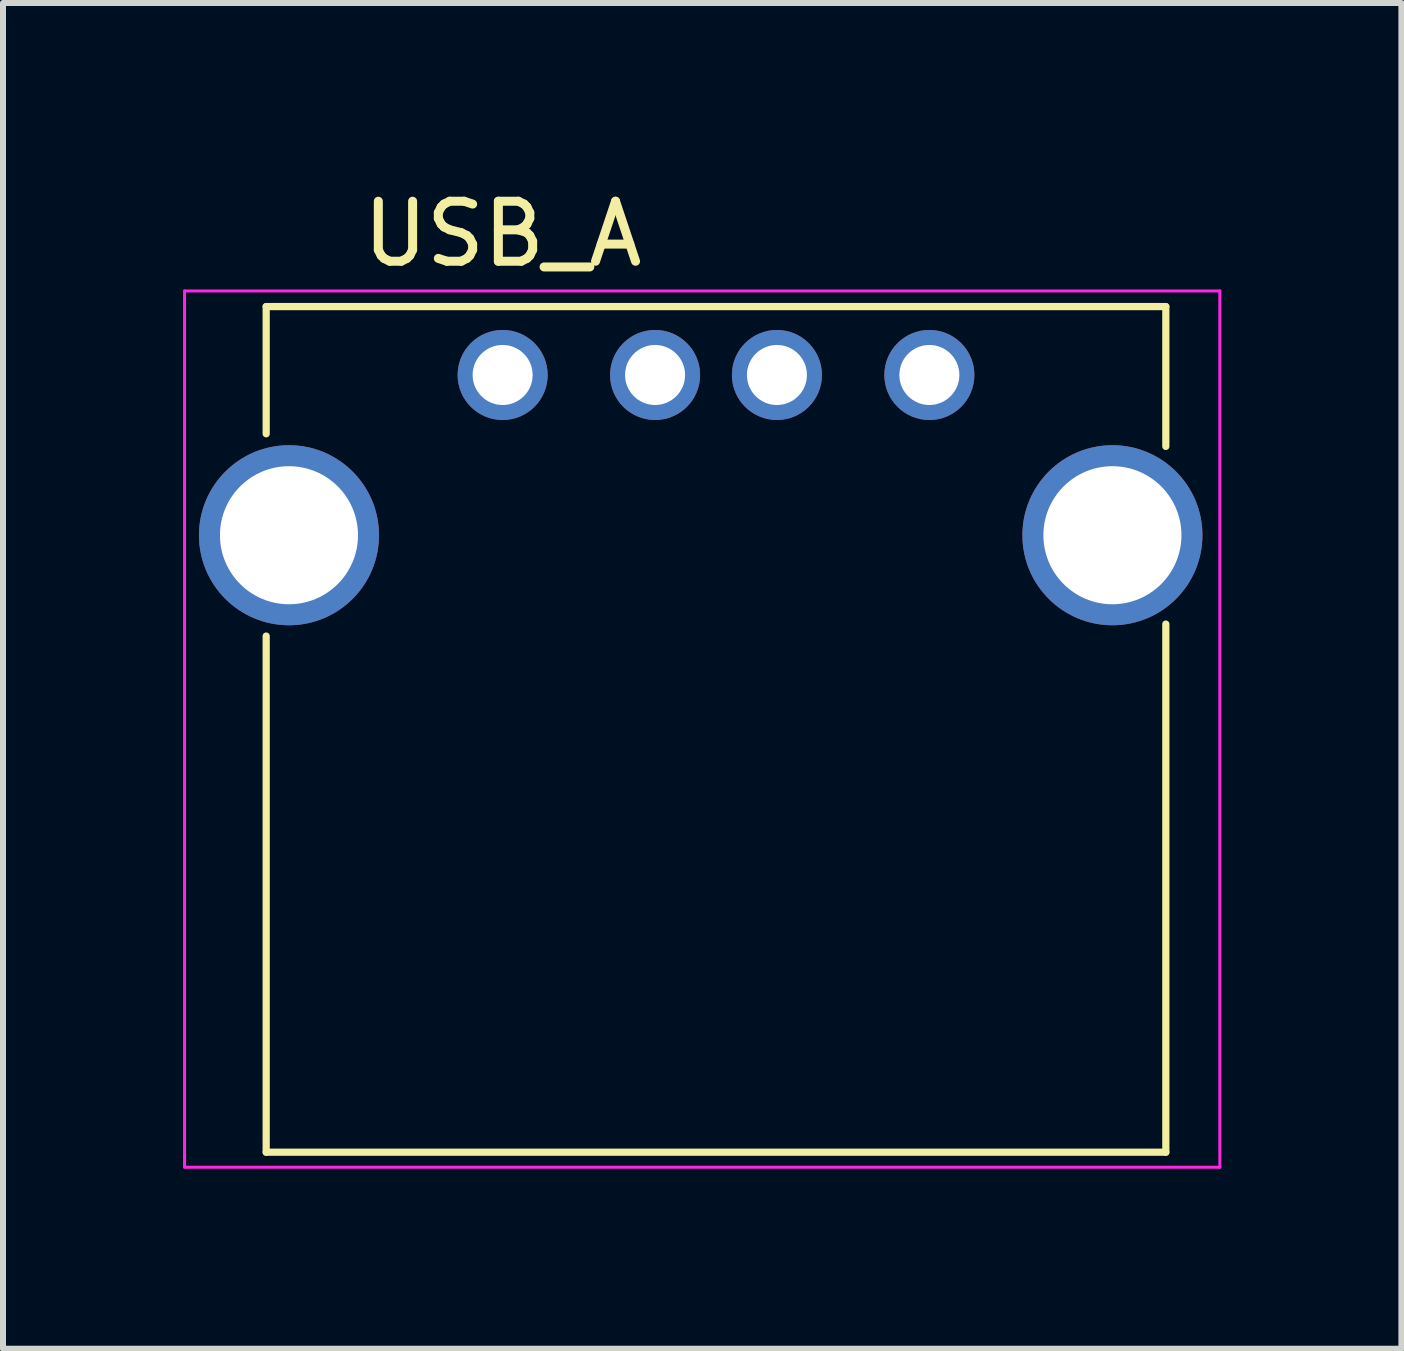
<source format=kicad_pcb>
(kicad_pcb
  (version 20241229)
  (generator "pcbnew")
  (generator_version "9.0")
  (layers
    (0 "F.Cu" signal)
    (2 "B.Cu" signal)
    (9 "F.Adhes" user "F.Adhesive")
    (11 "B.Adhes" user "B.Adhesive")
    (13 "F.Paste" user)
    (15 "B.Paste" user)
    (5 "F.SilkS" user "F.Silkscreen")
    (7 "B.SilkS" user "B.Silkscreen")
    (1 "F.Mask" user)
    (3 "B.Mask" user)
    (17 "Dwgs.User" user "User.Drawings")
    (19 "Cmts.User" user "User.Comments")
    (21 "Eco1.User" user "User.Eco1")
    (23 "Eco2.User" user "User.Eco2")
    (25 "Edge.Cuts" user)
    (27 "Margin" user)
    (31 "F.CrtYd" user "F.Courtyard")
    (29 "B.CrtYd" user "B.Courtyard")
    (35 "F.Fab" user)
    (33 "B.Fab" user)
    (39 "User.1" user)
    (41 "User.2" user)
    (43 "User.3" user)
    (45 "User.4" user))
  (footprint "USB_A"
    (layer "F.Cu")
    (at 5.325 3.198)
    (property "Reference" "USB_A" (at 0 -2.35 0) (layer "F.SilkS") (effects (font (size 1 1) (thickness 0.15))))
    (attr through_hole)
    (fp_line (start -3.94 -1.14) (end -3.94 0.98) (stroke (width 0.12) (type solid)) (layer "F.SilkS"))
    (fp_line (start -3.94 4.35) (end -3.94 12.95) (stroke (width 0.12) (type solid)) (layer "F.SilkS"))
    (fp_line (start 11.05 -1.14) (end -3.94 -1.14) (stroke (width 0.12) (type solid)) (layer "F.SilkS"))
    (fp_line (start 11.05 -1.14) (end 11.05 1.19) (stroke (width 0.12) (type solid)) (layer "F.SilkS"))
    (fp_line (start 11.05 4.15) (end 11.05 12.95) (stroke (width 0.12) (type solid)) (layer "F.SilkS"))
    (fp_line (start 11.05 12.95) (end -3.94 12.95) (stroke (width 0.12) (type solid)) (layer "F.SilkS"))
    (fp_line (start -5.3 -1.4) (end 11.95 -1.4) (stroke (width 0.05) (type solid)) (layer "F.CrtYd"))
    (fp_line (start -5.3 13.2) (end -5.3 -1.4) (stroke (width 0.05) (type solid)) (layer "F.CrtYd"))
    (fp_line (start -5.3 13.2) (end 11.95 13.2) (stroke (width 0.05) (type solid)) (layer "F.CrtYd"))
    (fp_line (start 11.95 -1.4) (end 11.95 13.2) (stroke (width 0.05) (type solid)) (layer "F.CrtYd"))
    (pad "1" thru_hole circle (at 0 0 270) (size 1.5 1.5) (drill 1) (layers "*.Cu" "*.Mask"))
    (pad "2" thru_hole circle (at 2.54 0 270) (size 1.5 1.5) (drill 1) (layers "*.Cu" "*.Mask"))
    (pad "3" thru_hole circle (at 4.57 0 270) (size 1.5 1.5) (drill 1) (layers "*.Cu" "*.Mask"))
    (pad "4" thru_hole circle (at 7.11 0 270) (size 1.5 1.5) (drill 1) (layers "*.Cu" "*.Mask"))
    (pad "5" thru_hole circle (at -3.56 2.67 270) (size 3 3) (drill 2.3) (layers "*.Cu" "*.Mask"))
    (pad "5" thru_hole circle (at 10.16 2.67 270) (size 3 3) (drill 2.3) (layers "*.Cu" "*.Mask")))
  (gr_rect
    (start -3 -3)
    (end 20.3 19.423)
    (stroke (width 0.1) (type default))
    (fill no)
    (layer "Edge.Cuts")))
</source>
